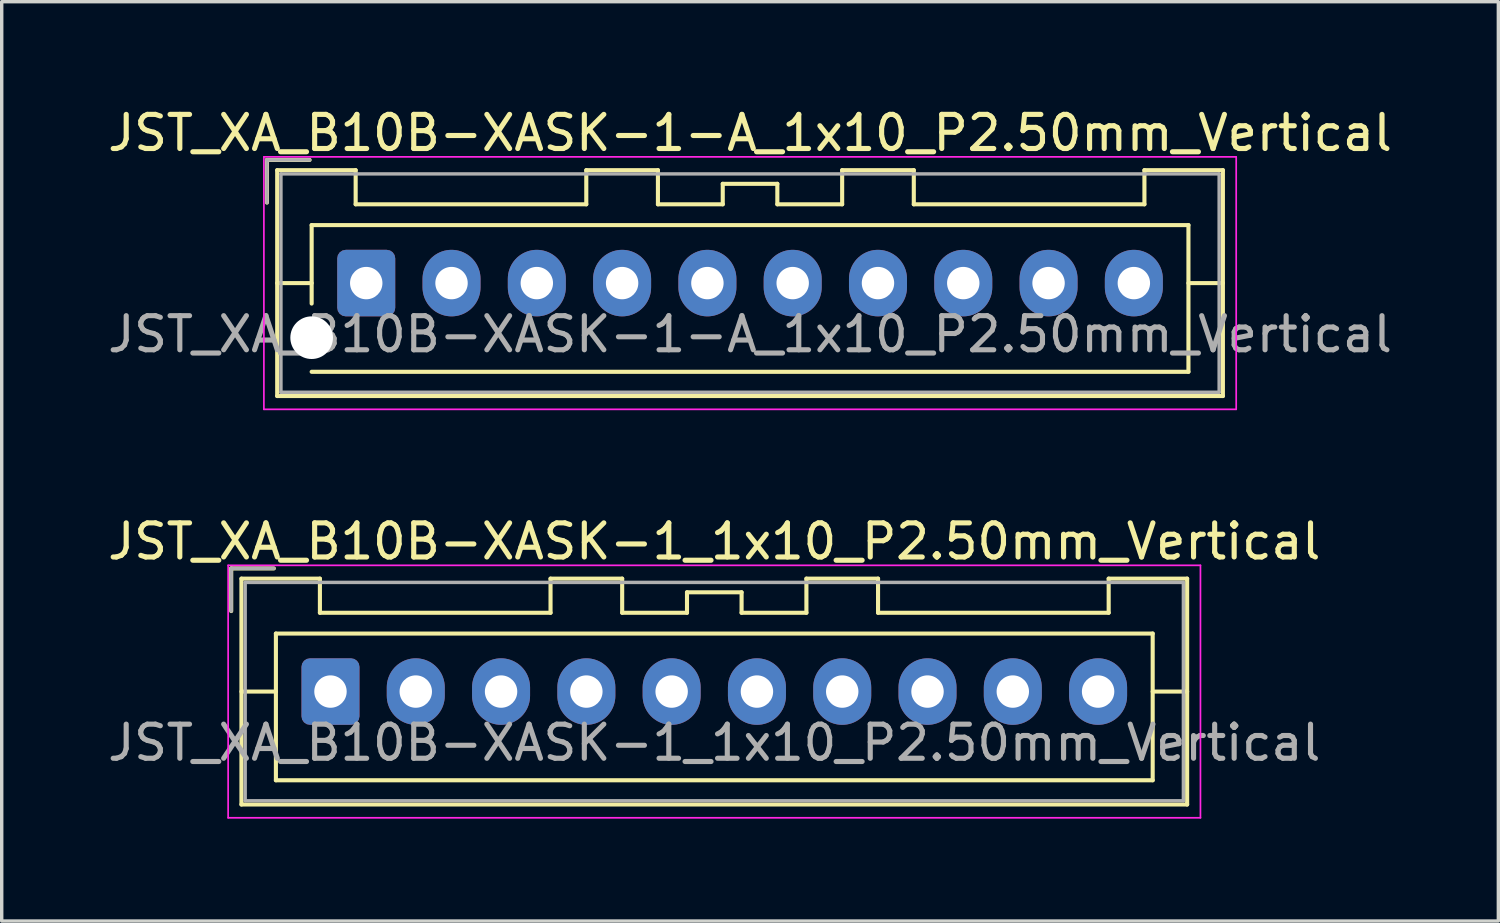
<source format=kicad_pcb>
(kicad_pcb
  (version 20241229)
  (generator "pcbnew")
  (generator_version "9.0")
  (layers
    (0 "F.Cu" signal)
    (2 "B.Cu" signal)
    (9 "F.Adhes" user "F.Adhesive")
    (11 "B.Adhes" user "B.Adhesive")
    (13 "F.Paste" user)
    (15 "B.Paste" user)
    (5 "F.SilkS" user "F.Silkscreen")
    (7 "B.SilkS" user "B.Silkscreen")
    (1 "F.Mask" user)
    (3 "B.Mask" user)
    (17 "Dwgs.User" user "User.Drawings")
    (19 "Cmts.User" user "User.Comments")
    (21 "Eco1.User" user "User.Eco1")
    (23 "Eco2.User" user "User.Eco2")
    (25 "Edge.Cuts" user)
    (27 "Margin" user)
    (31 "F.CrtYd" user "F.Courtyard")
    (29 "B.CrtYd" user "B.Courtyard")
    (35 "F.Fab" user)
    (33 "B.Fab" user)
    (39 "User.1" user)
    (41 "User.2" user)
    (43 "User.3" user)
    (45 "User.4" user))
  (footprint "JST_XA_B10B-XASK-1_1x10_P2.50mm_Vertical"
    (layer "F.Cu")
    (at 6.637 17.221)
    (property "Reference" "JST_XA_B10B-XASK-1_1x10_P2.50mm_Vertical" (at 11.25 -4.4 0) (layer "F.SilkS") (effects (font (size 1 1) (thickness 0.15))))
    (attr through_hole)
    (fp_line (start -2.91 -3.61) (end -2.91 -2.36) (stroke (width 0.12) (type solid)) (layer "F.SilkS"))
    (fp_line (start -2.61 -3.31) (end -2.61 3.31) (stroke (width 0.12) (type solid)) (layer "F.SilkS"))
    (fp_line (start -2.61 0) (end -1.6 0) (stroke (width 0.12) (type solid)) (layer "F.SilkS"))
    (fp_line (start -2.61 3.31) (end 25.11 3.31) (stroke (width 0.12) (type solid)) (layer "F.SilkS"))
    (fp_line (start -1.66 -3.61) (end -2.91 -3.61) (stroke (width 0.12) (type solid)) (layer "F.SilkS"))
    (fp_line (start -1.6 -1.7) (end -1.6 2.6) (stroke (width 0.12) (type solid)) (layer "F.SilkS"))
    (fp_line (start -1.6 2.6) (end 24.1 2.6) (stroke (width 0.12) (type solid)) (layer "F.SilkS"))
    (fp_line (start -0.31 -3.31) (end -2.61 -3.31) (stroke (width 0.12) (type solid)) (layer "F.SilkS"))
    (fp_line (start -0.31 -2.31) (end -0.31 -3.31) (stroke (width 0.12) (type solid)) (layer "F.SilkS"))
    (fp_line (start 6.45 -3.31) (end 6.45 -2.31) (stroke (width 0.12) (type solid)) (layer "F.SilkS"))
    (fp_line (start 6.45 -2.31) (end -0.31 -2.31) (stroke (width 0.12) (type solid)) (layer "F.SilkS"))
    (fp_line (start 8.55 -3.31) (end 6.45 -3.31) (stroke (width 0.12) (type solid)) (layer "F.SilkS"))
    (fp_line (start 8.55 -2.31) (end 8.55 -3.31) (stroke (width 0.12) (type solid)) (layer "F.SilkS"))
    (fp_line (start 10.45 -2.91) (end 10.45 -2.31) (stroke (width 0.12) (type solid)) (layer "F.SilkS"))
    (fp_line (start 10.45 -2.31) (end 8.55 -2.31) (stroke (width 0.12) (type solid)) (layer "F.SilkS"))
    (fp_line (start 12.05 -2.91) (end 10.45 -2.91) (stroke (width 0.12) (type solid)) (layer "F.SilkS"))
    (fp_line (start 12.05 -2.31) (end 12.05 -2.91) (stroke (width 0.12) (type solid)) (layer "F.SilkS"))
    (fp_line (start 13.95 -3.31) (end 13.95 -2.31) (stroke (width 0.12) (type solid)) (layer "F.SilkS"))
    (fp_line (start 13.95 -2.31) (end 12.05 -2.31) (stroke (width 0.12) (type solid)) (layer "F.SilkS"))
    (fp_line (start 16.05 -3.31) (end 13.95 -3.31) (stroke (width 0.12) (type solid)) (layer "F.SilkS"))
    (fp_line (start 16.05 -2.31) (end 16.05 -3.31) (stroke (width 0.12) (type solid)) (layer "F.SilkS"))
    (fp_line (start 22.81 -3.31) (end 22.81 -2.31) (stroke (width 0.12) (type solid)) (layer "F.SilkS"))
    (fp_line (start 22.81 -2.31) (end 16.05 -2.31) (stroke (width 0.12) (type solid)) (layer "F.SilkS"))
    (fp_line (start 24.1 -1.7) (end -1.6 -1.7) (stroke (width 0.12) (type solid)) (layer "F.SilkS"))
    (fp_line (start 24.1 2.6) (end 24.1 -1.7) (stroke (width 0.12) (type solid)) (layer "F.SilkS"))
    (fp_line (start 25.11 -3.31) (end 22.81 -3.31) (stroke (width 0.12) (type solid)) (layer "F.SilkS"))
    (fp_line (start 25.11 0) (end 24.1 0) (stroke (width 0.12) (type solid)) (layer "F.SilkS"))
    (fp_line (start 25.11 3.31) (end 25.11 -3.31) (stroke (width 0.12) (type solid)) (layer "F.SilkS"))
    (fp_line (start -3 -3.7) (end -3 3.7) (stroke (width 0.05) (type solid)) (layer "F.CrtYd"))
    (fp_line (start -3 3.7) (end 25.5 3.7) (stroke (width 0.05) (type solid)) (layer "F.CrtYd"))
    (fp_line (start 25.5 -3.7) (end -3 -3.7) (stroke (width 0.05) (type solid)) (layer "F.CrtYd"))
    (fp_line (start 25.5 3.7) (end 25.5 -3.7) (stroke (width 0.05) (type solid)) (layer "F.CrtYd"))
    (fp_line (start -2.91 -3.61) (end -2.91 -2.36) (stroke (width 0.1) (type solid)) (layer "F.Fab"))
    (fp_line (start -2.5 -3.2) (end -2.5 3.2) (stroke (width 0.1) (type solid)) (layer "F.Fab"))
    (fp_line (start -2.5 3.2) (end 25 3.2) (stroke (width 0.1) (type solid)) (layer "F.Fab"))
    (fp_line (start -1.66 -3.61) (end -2.91 -3.61) (stroke (width 0.1) (type solid)) (layer "F.Fab"))
    (fp_line (start 25 -3.2) (end -2.5 -3.2) (stroke (width 0.1) (type solid)) (layer "F.Fab"))
    (fp_line (start 25 3.2) (end 25 -3.2) (stroke (width 0.1) (type solid)) (layer "F.Fab"))
    (fp_text user "${REFERENCE}" (at 11.25 1.5 0) (layer "F.Fab") (effects (font (size 1 1) (thickness 0.15))))
    (pad "1" thru_hole roundrect (at 0 0) (size 1.7 1.95) (drill 0.95) (layers "*.Cu" "*.Mask") (roundrect_rratio 0.147))
    (pad "2" thru_hole oval (at 2.5 0) (size 1.7 1.95) (drill 0.95) (layers "*.Cu" "*.Mask"))
    (pad "3" thru_hole oval (at 5 0) (size 1.7 1.95) (drill 0.95) (layers "*.Cu" "*.Mask"))
    (pad "4" thru_hole oval (at 7.5 0) (size 1.7 1.95) (drill 0.95) (layers "*.Cu" "*.Mask"))
    (pad "5" thru_hole oval (at 10 0) (size 1.7 1.95) (drill 0.95) (layers "*.Cu" "*.Mask"))
    (pad "6" thru_hole oval (at 12.5 0) (size 1.7 1.95) (drill 0.95) (layers "*.Cu" "*.Mask"))
    (pad "7" thru_hole oval (at 15 0) (size 1.7 1.95) (drill 0.95) (layers "*.Cu" "*.Mask"))
    (pad "8" thru_hole oval (at 17.5 0) (size 1.7 1.95) (drill 0.95) (layers "*.Cu" "*.Mask"))
    (pad "9" thru_hole oval (at 20 0) (size 1.7 1.95) (drill 0.95) (layers "*.Cu" "*.Mask"))
    (pad "10" thru_hole oval (at 22.5 0) (size 1.7 1.95) (drill 0.95) (layers "*.Cu" "*.Mask")))
  (footprint "JST_XA_B10B-XASK-1-A_1x10_P2.50mm_Vertical"
    (layer "F.Cu")
    (at 7.685 5.248)
    (property "Reference" "JST_XA_B10B-XASK-1-A_1x10_P2.50mm_Vertical" (at 11.25 -4.4 0) (layer "F.SilkS") (effects (font (size 1 1) (thickness 0.15))))
    (attr through_hole)
    (fp_line (start -2.91 -3.61) (end -2.91 -2.36) (stroke (width 0.12) (type solid)) (layer "F.SilkS"))
    (fp_line (start -2.61 -3.31) (end -2.61 3.31) (stroke (width 0.12) (type solid)) (layer "F.SilkS"))
    (fp_line (start -2.61 0) (end -1.6 0) (stroke (width 0.12) (type solid)) (layer "F.SilkS"))
    (fp_line (start -2.61 3.31) (end 25.11 3.31) (stroke (width 0.12) (type solid)) (layer "F.SilkS"))
    (fp_line (start -1.66 -3.61) (end -2.91 -3.61) (stroke (width 0.12) (type solid)) (layer "F.SilkS"))
    (fp_line (start -1.6 -1.7) (end 24.1 -1.7) (stroke (width 0.12) (type solid)) (layer "F.SilkS"))
    (fp_line (start -1.6 0.6) (end -1.6 -1.7) (stroke (width 0.12) (type solid)) (layer "F.SilkS"))
    (fp_line (start -0.31 -3.31) (end -2.61 -3.31) (stroke (width 0.12) (type solid)) (layer "F.SilkS"))
    (fp_line (start -0.31 -2.31) (end -0.31 -3.31) (stroke (width 0.12) (type solid)) (layer "F.SilkS"))
    (fp_line (start 6.45 -3.31) (end 6.45 -2.31) (stroke (width 0.12) (type solid)) (layer "F.SilkS"))
    (fp_line (start 6.45 -2.31) (end -0.31 -2.31) (stroke (width 0.12) (type solid)) (layer "F.SilkS"))
    (fp_line (start 8.55 -3.31) (end 6.45 -3.31) (stroke (width 0.12) (type solid)) (layer "F.SilkS"))
    (fp_line (start 8.55 -2.31) (end 8.55 -3.31) (stroke (width 0.12) (type solid)) (layer "F.SilkS"))
    (fp_line (start 10.45 -2.91) (end 10.45 -2.31) (stroke (width 0.12) (type solid)) (layer "F.SilkS"))
    (fp_line (start 10.45 -2.31) (end 8.55 -2.31) (stroke (width 0.12) (type solid)) (layer "F.SilkS"))
    (fp_line (start 12.05 -2.91) (end 10.45 -2.91) (stroke (width 0.12) (type solid)) (layer "F.SilkS"))
    (fp_line (start 12.05 -2.31) (end 12.05 -2.91) (stroke (width 0.12) (type solid)) (layer "F.SilkS"))
    (fp_line (start 13.95 -3.31) (end 13.95 -2.31) (stroke (width 0.12) (type solid)) (layer "F.SilkS"))
    (fp_line (start 13.95 -2.31) (end 12.05 -2.31) (stroke (width 0.12) (type solid)) (layer "F.SilkS"))
    (fp_line (start 16.05 -3.31) (end 13.95 -3.31) (stroke (width 0.12) (type solid)) (layer "F.SilkS"))
    (fp_line (start 16.05 -2.31) (end 16.05 -3.31) (stroke (width 0.12) (type solid)) (layer "F.SilkS"))
    (fp_line (start 22.81 -3.31) (end 22.81 -2.31) (stroke (width 0.12) (type solid)) (layer "F.SilkS"))
    (fp_line (start 22.81 -2.31) (end 16.05 -2.31) (stroke (width 0.12) (type solid)) (layer "F.SilkS"))
    (fp_line (start 24.1 -1.7) (end 24.1 2.6) (stroke (width 0.12) (type solid)) (layer "F.SilkS"))
    (fp_line (start 24.1 2.6) (end -1.6 2.6) (stroke (width 0.12) (type solid)) (layer "F.SilkS"))
    (fp_line (start 25.11 -3.31) (end 22.81 -3.31) (stroke (width 0.12) (type solid)) (layer "F.SilkS"))
    (fp_line (start 25.11 0) (end 24.1 0) (stroke (width 0.12) (type solid)) (layer "F.SilkS"))
    (fp_line (start 25.11 3.31) (end 25.11 -3.31) (stroke (width 0.12) (type solid)) (layer "F.SilkS"))
    (fp_line (start -3 -3.7) (end -3 3.7) (stroke (width 0.05) (type solid)) (layer "F.CrtYd"))
    (fp_line (start -3 3.7) (end 25.5 3.7) (stroke (width 0.05) (type solid)) (layer "F.CrtYd"))
    (fp_line (start 25.5 -3.7) (end -3 -3.7) (stroke (width 0.05) (type solid)) (layer "F.CrtYd"))
    (fp_line (start 25.5 3.7) (end 25.5 -3.7) (stroke (width 0.05) (type solid)) (layer "F.CrtYd"))
    (fp_line (start -2.91 -3.61) (end -2.91 -2.36) (stroke (width 0.1) (type solid)) (layer "F.Fab"))
    (fp_line (start -2.5 -3.2) (end -2.5 3.2) (stroke (width 0.1) (type solid)) (layer "F.Fab"))
    (fp_line (start -2.5 3.2) (end 25 3.2) (stroke (width 0.1) (type solid)) (layer "F.Fab"))
    (fp_line (start -1.66 -3.61) (end -2.91 -3.61) (stroke (width 0.1) (type solid)) (layer "F.Fab"))
    (fp_line (start 25 -3.2) (end -2.5 -3.2) (stroke (width 0.1) (type solid)) (layer "F.Fab"))
    (fp_line (start 25 3.2) (end 25 -3.2) (stroke (width 0.1) (type solid)) (layer "F.Fab"))
    (fp_text user "${REFERENCE}" (at 11.25 1.5 0) (layer "F.Fab") (effects (font (size 1 1) (thickness 0.15))))
    (pad "" np_thru_hole circle (at -1.6 1.6) (size 1.25 1.25) (drill 1.25) (layers "*.Cu" "*.Mask"))
    (pad "1" thru_hole roundrect (at 0 0) (size 1.7 1.95) (drill 0.95) (layers "*.Cu" "*.Mask") (roundrect_rratio 0.147))
    (pad "2" thru_hole oval (at 2.5 0) (size 1.7 1.95) (drill 0.95) (layers "*.Cu" "*.Mask"))
    (pad "3" thru_hole oval (at 5 0) (size 1.7 1.95) (drill 0.95) (layers "*.Cu" "*.Mask"))
    (pad "4" thru_hole oval (at 7.5 0) (size 1.7 1.95) (drill 0.95) (layers "*.Cu" "*.Mask"))
    (pad "5" thru_hole oval (at 10 0) (size 1.7 1.95) (drill 0.95) (layers "*.Cu" "*.Mask"))
    (pad "6" thru_hole oval (at 12.5 0) (size 1.7 1.95) (drill 0.95) (layers "*.Cu" "*.Mask"))
    (pad "7" thru_hole oval (at 15 0) (size 1.7 1.95) (drill 0.95) (layers "*.Cu" "*.Mask"))
    (pad "8" thru_hole oval (at 17.5 0) (size 1.7 1.95) (drill 0.95) (layers "*.Cu" "*.Mask"))
    (pad "9" thru_hole oval (at 20 0) (size 1.7 1.95) (drill 0.95) (layers "*.Cu" "*.Mask"))
    (pad "10" thru_hole oval (at 22.5 0) (size 1.7 1.95) (drill 0.95) (layers "*.Cu" "*.Mask")))
  (gr_rect
    (start -3 -3)
    (end 40.869 23.947)
    (stroke (width 0.1) (type default))
    (fill no)
    (layer "Edge.Cuts")))
</source>
